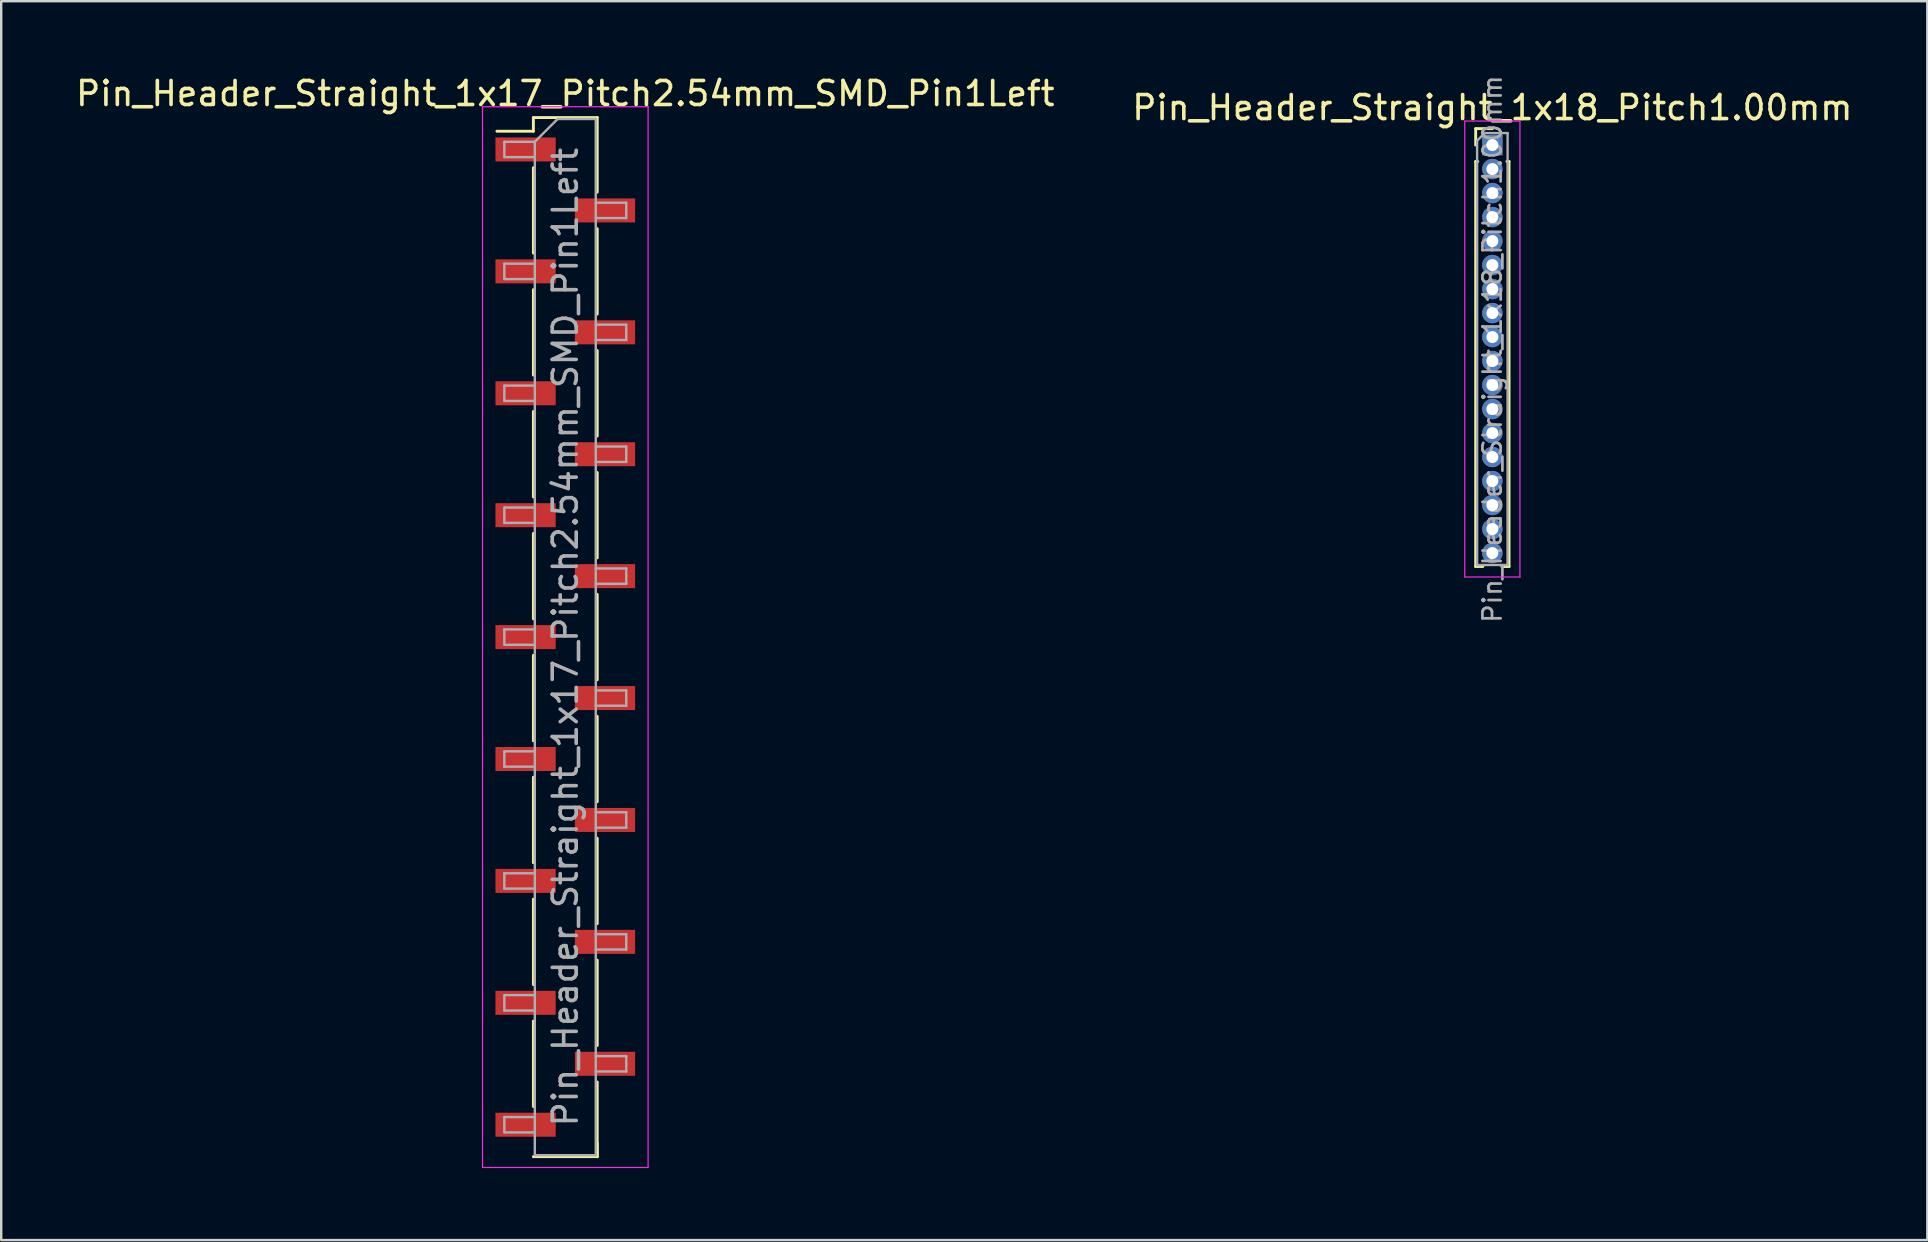
<source format=kicad_pcb>
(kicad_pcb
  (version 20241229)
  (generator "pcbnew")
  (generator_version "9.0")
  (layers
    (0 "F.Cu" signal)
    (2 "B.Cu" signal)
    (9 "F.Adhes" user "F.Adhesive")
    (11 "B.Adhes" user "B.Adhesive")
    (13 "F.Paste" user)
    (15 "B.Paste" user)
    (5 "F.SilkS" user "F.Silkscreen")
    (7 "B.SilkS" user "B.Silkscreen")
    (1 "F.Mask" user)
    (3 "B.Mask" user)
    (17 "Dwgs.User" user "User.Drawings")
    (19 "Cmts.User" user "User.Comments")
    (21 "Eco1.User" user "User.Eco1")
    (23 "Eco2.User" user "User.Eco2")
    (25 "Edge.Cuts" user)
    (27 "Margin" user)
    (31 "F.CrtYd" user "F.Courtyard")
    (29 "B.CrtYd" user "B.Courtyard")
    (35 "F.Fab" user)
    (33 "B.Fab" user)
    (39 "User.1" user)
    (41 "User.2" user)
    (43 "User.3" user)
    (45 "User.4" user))
  (footprint "Pin_Header_Straight_1x18_Pitch1.00mm"
    (layer "F.Cu")
    (at 59.137 2.995)
    (property "Reference" "Pin_Header_Straight_1x18_Pitch1.00mm" (at 0 -1.56 0) (layer "F.SilkS") (effects (font (size 1 1) (thickness 0.15))))
    (attr through_hole)
    (fp_line (start -0.695 -0.685) (end 0 -0.685) (stroke (width 0.12) (type solid)) (layer "F.SilkS"))
    (fp_line (start -0.695 0) (end -0.695 -0.685) (stroke (width 0.12) (type solid)) (layer "F.SilkS"))
    (fp_line (start -0.695 0.685) (end -0.695 17.56) (stroke (width 0.12) (type solid)) (layer "F.SilkS"))
    (fp_line (start -0.695 0.685) (end -0.608 0.685) (stroke (width 0.12) (type solid)) (layer "F.SilkS"))
    (fp_line (start -0.695 17.56) (end -0.394 17.56) (stroke (width 0.12) (type solid)) (layer "F.SilkS"))
    (fp_line (start 0.394 17.56) (end 0.695 17.56) (stroke (width 0.12) (type solid)) (layer "F.SilkS"))
    (fp_line (start 0.608 0.685) (end 0.695 0.685) (stroke (width 0.12) (type solid)) (layer "F.SilkS"))
    (fp_line (start 0.695 0.685) (end 0.695 17.56) (stroke (width 0.12) (type solid)) (layer "F.SilkS"))
    (fp_line (start -1.15 -1) (end -1.15 18) (stroke (width 0.05) (type solid)) (layer "F.CrtYd"))
    (fp_line (start -1.15 18) (end 1.15 18) (stroke (width 0.05) (type solid)) (layer "F.CrtYd"))
    (fp_line (start 1.15 -1) (end -1.15 -1) (stroke (width 0.05) (type solid)) (layer "F.CrtYd"))
    (fp_line (start 1.15 18) (end 1.15 -1) (stroke (width 0.05) (type solid)) (layer "F.CrtYd"))
    (fp_line (start -0.635 -0.182) (end -0.318 -0.5) (stroke (width 0.1) (type solid)) (layer "F.Fab"))
    (fp_line (start -0.635 17.5) (end -0.635 -0.182) (stroke (width 0.1) (type solid)) (layer "F.Fab"))
    (fp_line (start -0.318 -0.5) (end 0.635 -0.5) (stroke (width 0.1) (type solid)) (layer "F.Fab"))
    (fp_line (start 0.635 -0.5) (end 0.635 17.5) (stroke (width 0.1) (type solid)) (layer "F.Fab"))
    (fp_line (start 0.635 17.5) (end -0.635 17.5) (stroke (width 0.1) (type solid)) (layer "F.Fab"))
    (fp_text user "${REFERENCE}" (at 0 8.5 90) (layer "F.Fab") (effects (font (size 0.76 0.76) (thickness 0.114))))
    (pad "1" thru_hole rect (at 0 0) (size 0.85 0.85) (drill 0.5) (layers "*.Cu" "*.Mask"))
    (pad "2" thru_hole oval (at 0 1) (size 0.85 0.85) (drill 0.5) (layers "*.Cu" "*.Mask"))
    (pad "3" thru_hole oval (at 0 2) (size 0.85 0.85) (drill 0.5) (layers "*.Cu" "*.Mask"))
    (pad "4" thru_hole oval (at 0 3) (size 0.85 0.85) (drill 0.5) (layers "*.Cu" "*.Mask"))
    (pad "5" thru_hole oval (at 0 4) (size 0.85 0.85) (drill 0.5) (layers "*.Cu" "*.Mask"))
    (pad "6" thru_hole oval (at 0 5) (size 0.85 0.85) (drill 0.5) (layers "*.Cu" "*.Mask"))
    (pad "7" thru_hole oval (at 0 6) (size 0.85 0.85) (drill 0.5) (layers "*.Cu" "*.Mask"))
    (pad "8" thru_hole oval (at 0 7) (size 0.85 0.85) (drill 0.5) (layers "*.Cu" "*.Mask"))
    (pad "9" thru_hole oval (at 0 8) (size 0.85 0.85) (drill 0.5) (layers "*.Cu" "*.Mask"))
    (pad "10" thru_hole oval (at 0 9) (size 0.85 0.85) (drill 0.5) (layers "*.Cu" "*.Mask"))
    (pad "11" thru_hole oval (at 0 10) (size 0.85 0.85) (drill 0.5) (layers "*.Cu" "*.Mask"))
    (pad "12" thru_hole oval (at 0 11) (size 0.85 0.85) (drill 0.5) (layers "*.Cu" "*.Mask"))
    (pad "13" thru_hole oval (at 0 12) (size 0.85 0.85) (drill 0.5) (layers "*.Cu" "*.Mask"))
    (pad "14" thru_hole oval (at 0 13) (size 0.85 0.85) (drill 0.5) (layers "*.Cu" "*.Mask"))
    (pad "15" thru_hole oval (at 0 14) (size 0.85 0.85) (drill 0.5) (layers "*.Cu" "*.Mask"))
    (pad "16" thru_hole oval (at 0 15) (size 0.85 0.85) (drill 0.5) (layers "*.Cu" "*.Mask"))
    (pad "17" thru_hole oval (at 0 16) (size 0.85 0.85) (drill 0.5) (layers "*.Cu" "*.Mask"))
    (pad "18" thru_hole oval (at 0 17) (size 0.85 0.85) (drill 0.5) (layers "*.Cu" "*.Mask")))
  (footprint "Pin_Header_Straight_1x17_Pitch2.54mm_SMD_Pin1Left"
    (layer "F.Cu")
    (at 20.506 23.498)
    (property "Reference" "Pin_Header_Straight_1x17_Pitch2.54mm_SMD_Pin1Left" (at 0 -22.65 0) (layer "F.SilkS") (effects (font (size 1 1) (thickness 0.15))))
    (attr smd)
    (fp_line (start -1.33 -21.65) (end -1.33 -21.08) (stroke (width 0.12) (type solid)) (layer "F.SilkS"))
    (fp_line (start -1.33 -21.65) (end 1.33 -21.65) (stroke (width 0.12) (type solid)) (layer "F.SilkS"))
    (fp_line (start -1.33 -21.08) (end -2.85 -21.08) (stroke (width 0.12) (type solid)) (layer "F.SilkS"))
    (fp_line (start -1.33 -19.56) (end -1.33 -16) (stroke (width 0.12) (type solid)) (layer "F.SilkS"))
    (fp_line (start -1.33 -14.48) (end -1.33 -10.92) (stroke (width 0.12) (type solid)) (layer "F.SilkS"))
    (fp_line (start -1.33 -9.4) (end -1.33 -5.84) (stroke (width 0.12) (type solid)) (layer "F.SilkS"))
    (fp_line (start -1.33 -4.32) (end -1.33 -0.76) (stroke (width 0.12) (type solid)) (layer "F.SilkS"))
    (fp_line (start -1.33 0.76) (end -1.33 4.32) (stroke (width 0.12) (type solid)) (layer "F.SilkS"))
    (fp_line (start -1.33 5.84) (end -1.33 9.4) (stroke (width 0.12) (type solid)) (layer "F.SilkS"))
    (fp_line (start -1.33 10.92) (end -1.33 14.48) (stroke (width 0.12) (type solid)) (layer "F.SilkS"))
    (fp_line (start -1.33 16) (end -1.33 19.56) (stroke (width 0.12) (type solid)) (layer "F.SilkS"))
    (fp_line (start -1.33 21.65) (end 1.33 21.65) (stroke (width 0.12) (type solid)) (layer "F.SilkS"))
    (fp_line (start 1.33 -21.65) (end 1.33 -18.54) (stroke (width 0.12) (type solid)) (layer "F.SilkS"))
    (fp_line (start 1.33 -17.02) (end 1.33 -13.46) (stroke (width 0.12) (type solid)) (layer "F.SilkS"))
    (fp_line (start 1.33 -11.94) (end 1.33 -8.38) (stroke (width 0.12) (type solid)) (layer "F.SilkS"))
    (fp_line (start 1.33 -6.86) (end 1.33 -3.3) (stroke (width 0.12) (type solid)) (layer "F.SilkS"))
    (fp_line (start 1.33 -1.78) (end 1.33 1.78) (stroke (width 0.12) (type solid)) (layer "F.SilkS"))
    (fp_line (start 1.33 3.3) (end 1.33 6.86) (stroke (width 0.12) (type solid)) (layer "F.SilkS"))
    (fp_line (start 1.33 8.38) (end 1.33 11.94) (stroke (width 0.12) (type solid)) (layer "F.SilkS"))
    (fp_line (start 1.33 13.46) (end 1.33 17.02) (stroke (width 0.12) (type solid)) (layer "F.SilkS"))
    (fp_line (start 1.33 18.54) (end 1.33 21.65) (stroke (width 0.12) (type solid)) (layer "F.SilkS"))
    (fp_line (start 1.33 21.08) (end 1.33 21.65) (stroke (width 0.12) (type solid)) (layer "F.SilkS"))
    (fp_line (start -3.45 -22.1) (end -3.45 22.1) (stroke (width 0.05) (type solid)) (layer "F.CrtYd"))
    (fp_line (start -3.45 22.1) (end 3.45 22.1) (stroke (width 0.05) (type solid)) (layer "F.CrtYd"))
    (fp_line (start 3.45 -22.1) (end -3.45 -22.1) (stroke (width 0.05) (type solid)) (layer "F.CrtYd"))
    (fp_line (start 3.45 22.1) (end 3.45 -22.1) (stroke (width 0.05) (type solid)) (layer "F.CrtYd"))
    (fp_line (start -2.54 -20.64) (end -2.54 -20) (stroke (width 0.1) (type solid)) (layer "F.Fab"))
    (fp_line (start -2.54 -20) (end -1.27 -20) (stroke (width 0.1) (type solid)) (layer "F.Fab"))
    (fp_line (start -2.54 -15.56) (end -2.54 -14.92) (stroke (width 0.1) (type solid)) (layer "F.Fab"))
    (fp_line (start -2.54 -14.92) (end -1.27 -14.92) (stroke (width 0.1) (type solid)) (layer "F.Fab"))
    (fp_line (start -2.54 -10.48) (end -2.54 -9.84) (stroke (width 0.1) (type solid)) (layer "F.Fab"))
    (fp_line (start -2.54 -9.84) (end -1.27 -9.84) (stroke (width 0.1) (type solid)) (layer "F.Fab"))
    (fp_line (start -2.54 -5.4) (end -2.54 -4.76) (stroke (width 0.1) (type solid)) (layer "F.Fab"))
    (fp_line (start -2.54 -4.76) (end -1.27 -4.76) (stroke (width 0.1) (type solid)) (layer "F.Fab"))
    (fp_line (start -2.54 -0.32) (end -2.54 0.32) (stroke (width 0.1) (type solid)) (layer "F.Fab"))
    (fp_line (start -2.54 0.32) (end -1.27 0.32) (stroke (width 0.1) (type solid)) (layer "F.Fab"))
    (fp_line (start -2.54 4.76) (end -2.54 5.4) (stroke (width 0.1) (type solid)) (layer "F.Fab"))
    (fp_line (start -2.54 5.4) (end -1.27 5.4) (stroke (width 0.1) (type solid)) (layer "F.Fab"))
    (fp_line (start -2.54 9.84) (end -2.54 10.48) (stroke (width 0.1) (type solid)) (layer "F.Fab"))
    (fp_line (start -2.54 10.48) (end -1.27 10.48) (stroke (width 0.1) (type solid)) (layer "F.Fab"))
    (fp_line (start -2.54 14.92) (end -2.54 15.56) (stroke (width 0.1) (type solid)) (layer "F.Fab"))
    (fp_line (start -2.54 15.56) (end -1.27 15.56) (stroke (width 0.1) (type solid)) (layer "F.Fab"))
    (fp_line (start -2.54 20) (end -2.54 20.64) (stroke (width 0.1) (type solid)) (layer "F.Fab"))
    (fp_line (start -2.54 20.64) (end -1.27 20.64) (stroke (width 0.1) (type solid)) (layer "F.Fab"))
    (fp_line (start -1.27 -20.64) (end -2.54 -20.64) (stroke (width 0.1) (type solid)) (layer "F.Fab"))
    (fp_line (start -1.27 -20.64) (end -0.32 -21.59) (stroke (width 0.1) (type solid)) (layer "F.Fab"))
    (fp_line (start -1.27 -15.56) (end -2.54 -15.56) (stroke (width 0.1) (type solid)) (layer "F.Fab"))
    (fp_line (start -1.27 -10.48) (end -2.54 -10.48) (stroke (width 0.1) (type solid)) (layer "F.Fab"))
    (fp_line (start -1.27 -5.4) (end -2.54 -5.4) (stroke (width 0.1) (type solid)) (layer "F.Fab"))
    (fp_line (start -1.27 -0.32) (end -2.54 -0.32) (stroke (width 0.1) (type solid)) (layer "F.Fab"))
    (fp_line (start -1.27 4.76) (end -2.54 4.76) (stroke (width 0.1) (type solid)) (layer "F.Fab"))
    (fp_line (start -1.27 9.84) (end -2.54 9.84) (stroke (width 0.1) (type solid)) (layer "F.Fab"))
    (fp_line (start -1.27 14.92) (end -2.54 14.92) (stroke (width 0.1) (type solid)) (layer "F.Fab"))
    (fp_line (start -1.27 20) (end -2.54 20) (stroke (width 0.1) (type solid)) (layer "F.Fab"))
    (fp_line (start -1.27 21.59) (end -1.27 -20.64) (stroke (width 0.1) (type solid)) (layer "F.Fab"))
    (fp_line (start -0.32 -21.59) (end 1.27 -21.59) (stroke (width 0.1) (type solid)) (layer "F.Fab"))
    (fp_line (start 1.27 -21.59) (end 1.27 21.59) (stroke (width 0.1) (type solid)) (layer "F.Fab"))
    (fp_line (start 1.27 -18.1) (end 2.54 -18.1) (stroke (width 0.1) (type solid)) (layer "F.Fab"))
    (fp_line (start 1.27 -13.02) (end 2.54 -13.02) (stroke (width 0.1) (type solid)) (layer "F.Fab"))
    (fp_line (start 1.27 -7.94) (end 2.54 -7.94) (stroke (width 0.1) (type solid)) (layer "F.Fab"))
    (fp_line (start 1.27 -2.86) (end 2.54 -2.86) (stroke (width 0.1) (type solid)) (layer "F.Fab"))
    (fp_line (start 1.27 2.22) (end 2.54 2.22) (stroke (width 0.1) (type solid)) (layer "F.Fab"))
    (fp_line (start 1.27 7.3) (end 2.54 7.3) (stroke (width 0.1) (type solid)) (layer "F.Fab"))
    (fp_line (start 1.27 12.38) (end 2.54 12.38) (stroke (width 0.1) (type solid)) (layer "F.Fab"))
    (fp_line (start 1.27 17.46) (end 2.54 17.46) (stroke (width 0.1) (type solid)) (layer "F.Fab"))
    (fp_line (start 1.27 21.59) (end -1.27 21.59) (stroke (width 0.1) (type solid)) (layer "F.Fab"))
    (fp_line (start 2.54 -18.1) (end 2.54 -17.46) (stroke (width 0.1) (type solid)) (layer "F.Fab"))
    (fp_line (start 2.54 -17.46) (end 1.27 -17.46) (stroke (width 0.1) (type solid)) (layer "F.Fab"))
    (fp_line (start 2.54 -13.02) (end 2.54 -12.38) (stroke (width 0.1) (type solid)) (layer "F.Fab"))
    (fp_line (start 2.54 -12.38) (end 1.27 -12.38) (stroke (width 0.1) (type solid)) (layer "F.Fab"))
    (fp_line (start 2.54 -7.94) (end 2.54 -7.3) (stroke (width 0.1) (type solid)) (layer "F.Fab"))
    (fp_line (start 2.54 -7.3) (end 1.27 -7.3) (stroke (width 0.1) (type solid)) (layer "F.Fab"))
    (fp_line (start 2.54 -2.86) (end 2.54 -2.22) (stroke (width 0.1) (type solid)) (layer "F.Fab"))
    (fp_line (start 2.54 -2.22) (end 1.27 -2.22) (stroke (width 0.1) (type solid)) (layer "F.Fab"))
    (fp_line (start 2.54 2.22) (end 2.54 2.86) (stroke (width 0.1) (type solid)) (layer "F.Fab"))
    (fp_line (start 2.54 2.86) (end 1.27 2.86) (stroke (width 0.1) (type solid)) (layer "F.Fab"))
    (fp_line (start 2.54 7.3) (end 2.54 7.94) (stroke (width 0.1) (type solid)) (layer "F.Fab"))
    (fp_line (start 2.54 7.94) (end 1.27 7.94) (stroke (width 0.1) (type solid)) (layer "F.Fab"))
    (fp_line (start 2.54 12.38) (end 2.54 13.02) (stroke (width 0.1) (type solid)) (layer "F.Fab"))
    (fp_line (start 2.54 13.02) (end 1.27 13.02) (stroke (width 0.1) (type solid)) (layer "F.Fab"))
    (fp_line (start 2.54 17.46) (end 2.54 18.1) (stroke (width 0.1) (type solid)) (layer "F.Fab"))
    (fp_line (start 2.54 18.1) (end 1.27 18.1) (stroke (width 0.1) (type solid)) (layer "F.Fab"))
    (fp_text user "${REFERENCE}" (at 0 0 90) (layer "F.Fab") (effects (font (size 1 1) (thickness 0.15))))
    (pad "1" smd rect (at -1.655 -20.32) (size 2.51 1) (layers "F.Cu" "F.Mask" "F.Paste"))
    (pad "2" smd rect (at 1.655 -17.78) (size 2.51 1) (layers "F.Cu" "F.Mask" "F.Paste"))
    (pad "3" smd rect (at -1.655 -15.24) (size 2.51 1) (layers "F.Cu" "F.Mask" "F.Paste"))
    (pad "4" smd rect (at 1.655 -12.7) (size 2.51 1) (layers "F.Cu" "F.Mask" "F.Paste"))
    (pad "5" smd rect (at -1.655 -10.16) (size 2.51 1) (layers "F.Cu" "F.Mask" "F.Paste"))
    (pad "6" smd rect (at 1.655 -7.62) (size 2.51 1) (layers "F.Cu" "F.Mask" "F.Paste"))
    (pad "7" smd rect (at -1.655 -5.08) (size 2.51 1) (layers "F.Cu" "F.Mask" "F.Paste"))
    (pad "8" smd rect (at 1.655 -2.54) (size 2.51 1) (layers "F.Cu" "F.Mask" "F.Paste"))
    (pad "9" smd rect (at -1.655 0) (size 2.51 1) (layers "F.Cu" "F.Mask" "F.Paste"))
    (pad "10" smd rect (at 1.655 2.54) (size 2.51 1) (layers "F.Cu" "F.Mask" "F.Paste"))
    (pad "11" smd rect (at -1.655 5.08) (size 2.51 1) (layers "F.Cu" "F.Mask" "F.Paste"))
    (pad "12" smd rect (at 1.655 7.62) (size 2.51 1) (layers "F.Cu" "F.Mask" "F.Paste"))
    (pad "13" smd rect (at -1.655 10.16) (size 2.51 1) (layers "F.Cu" "F.Mask" "F.Paste"))
    (pad "14" smd rect (at 1.655 12.7) (size 2.51 1) (layers "F.Cu" "F.Mask" "F.Paste"))
    (pad "15" smd rect (at -1.655 15.24) (size 2.51 1) (layers "F.Cu" "F.Mask" "F.Paste"))
    (pad "16" smd rect (at 1.655 17.78) (size 2.51 1) (layers "F.Cu" "F.Mask" "F.Paste"))
    (pad "17" smd rect (at -1.655 20.32) (size 2.51 1) (layers "F.Cu" "F.Mask" "F.Paste")))
  (gr_rect
    (start -3 -3)
    (end 77.262 48.623)
    (stroke (width 0.1) (type default))
    (fill no)
    (layer "Edge.Cuts")))
</source>
